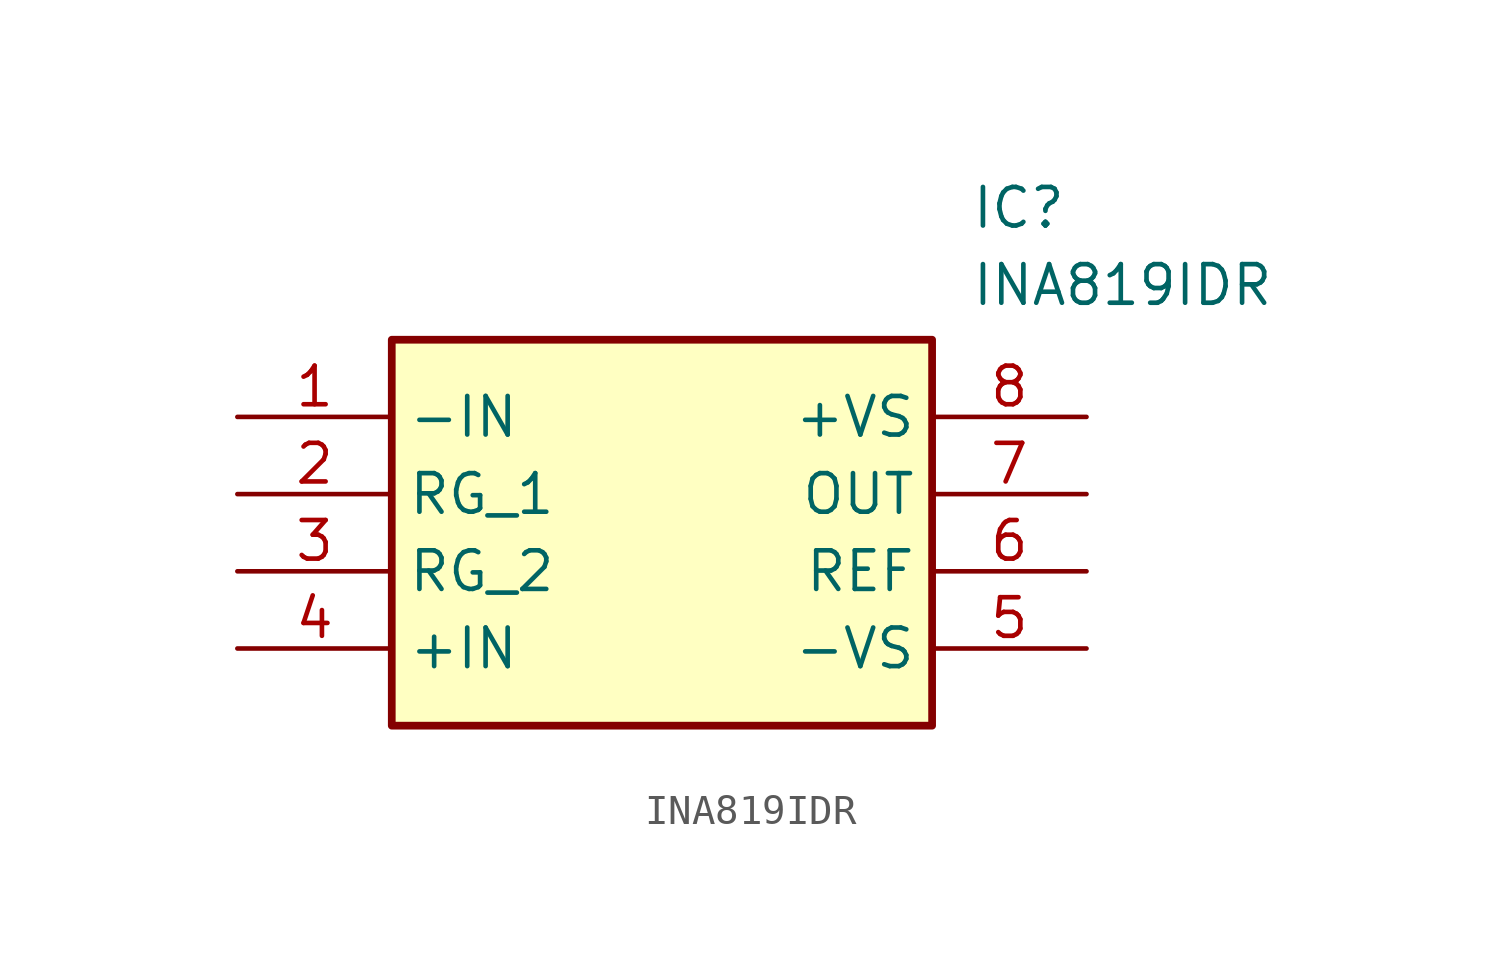
<source format=kicad_sym>
(kicad_symbol_lib
  (version 20211014)
  (generator SamacSys_ECAD_Model)
  (symbol "INA819IDR"
    (property "Reference" "IC"
      (at 24.13 7.62 0)
      (effects (font (size 1.27 1.27)) (justify left top)))
    (property "Value" "INA819IDR"
      (at 24.13 5.08 0)
      (effects (font (size 1.27 1.27)) (justify left top)))
    (rectangle
      (start 5.08 2.54)
      (end 22.86 -10.16)
      (stroke (width 0.254) (type default))
      (fill (type background)))
    (pin passive line
      (at 0 0 0)
      (length 5.08)
      (name "-IN" (effects (font (size 1.27 1.27))))
      (number "1" (effects (font (size 1.27 1.27)))))
    (pin passive line
      (at 0 -2.54 0)
      (length 5.08)
      (name "RG_1" (effects (font (size 1.27 1.27))))
      (number "2" (effects (font (size 1.27 1.27)))))
    (pin passive line
      (at 0 -5.08 0)
      (length 5.08)
      (name "RG_2" (effects (font (size 1.27 1.27))))
      (number "3" (effects (font (size 1.27 1.27)))))
    (pin passive line
      (at 0 -7.62 0)
      (length 5.08)
      (name "+IN" (effects (font (size 1.27 1.27))))
      (number "4" (effects (font (size 1.27 1.27)))))
    (pin passive line
      (at 27.94 0 180)
      (length 5.08)
      (name "+VS" (effects (font (size 1.27 1.27))))
      (number "8" (effects (font (size 1.27 1.27)))))
    (pin passive line
      (at 27.94 -2.54 180)
      (length 5.08)
      (name "OUT" (effects (font (size 1.27 1.27))))
      (number "7" (effects (font (size 1.27 1.27)))))
    (pin passive line
      (at 27.94 -5.08 180)
      (length 5.08)
      (name "REF" (effects (font (size 1.27 1.27))))
      (number "6" (effects (font (size 1.27 1.27)))))
    (pin passive line
      (at 27.94 -7.62 180)
      (length 5.08)
      (name "-VS" (effects (font (size 1.27 1.27))))
      (number "5" (effects (font (size 1.27 1.27)))))))
</source>
